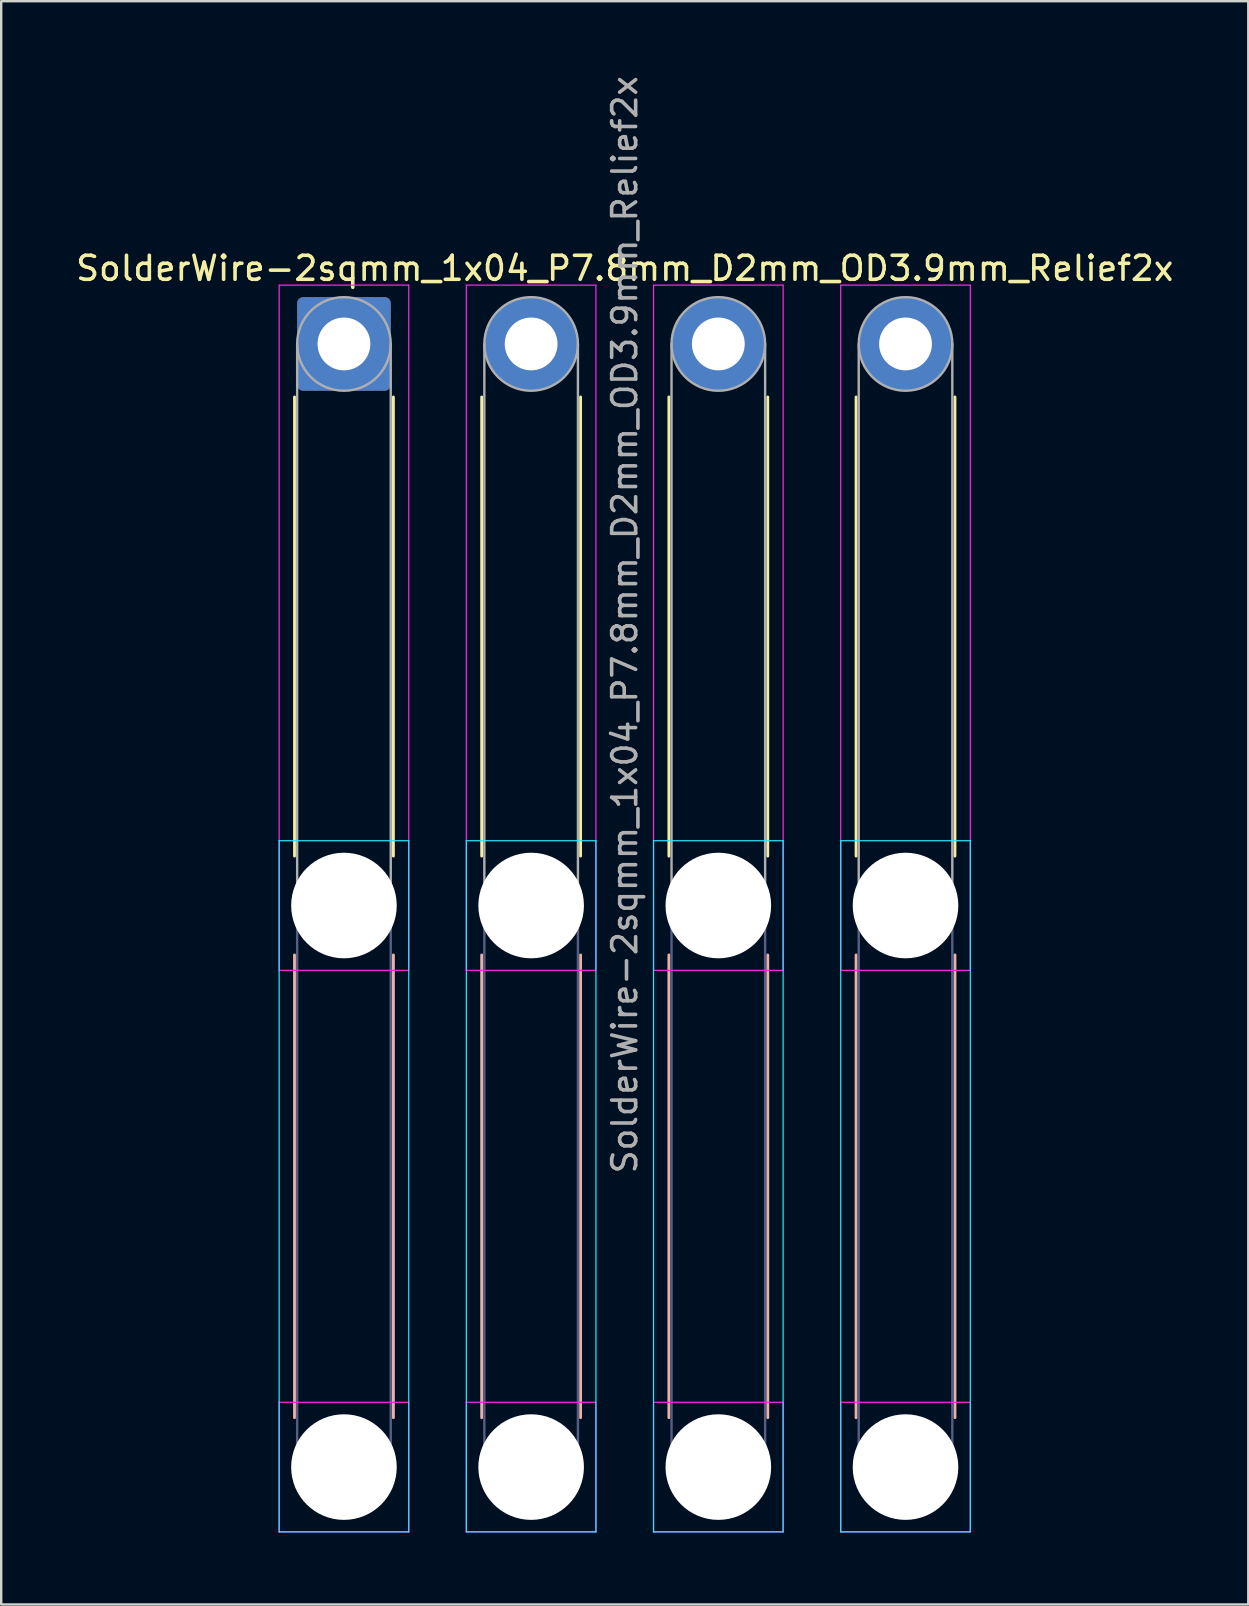
<source format=kicad_pcb>
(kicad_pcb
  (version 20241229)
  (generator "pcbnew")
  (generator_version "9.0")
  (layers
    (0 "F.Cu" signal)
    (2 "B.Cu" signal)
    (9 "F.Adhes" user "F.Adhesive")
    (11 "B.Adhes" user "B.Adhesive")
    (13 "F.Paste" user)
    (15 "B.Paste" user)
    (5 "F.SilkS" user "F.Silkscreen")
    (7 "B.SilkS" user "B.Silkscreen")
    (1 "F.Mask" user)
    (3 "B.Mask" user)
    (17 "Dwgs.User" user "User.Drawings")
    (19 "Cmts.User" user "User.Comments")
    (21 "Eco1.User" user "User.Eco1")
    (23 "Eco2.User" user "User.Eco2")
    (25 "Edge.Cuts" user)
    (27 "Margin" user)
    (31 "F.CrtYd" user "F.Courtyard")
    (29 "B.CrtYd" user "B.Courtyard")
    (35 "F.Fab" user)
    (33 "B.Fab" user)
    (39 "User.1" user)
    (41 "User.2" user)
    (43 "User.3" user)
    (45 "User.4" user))
  (footprint "SolderWire-2sqmm_1x04_P7.8mm_D2mm_OD3.9mm_Relief2x"
    (layer "F.Cu")
    (at 11.282 11.282)
    (property "Reference" "SolderWire-2sqmm_1x04_P7.8mm_D2mm_OD3.9mm_Relief2x" (at 11.7 -3.15 0) (layer "F.SilkS") (effects (font (size 1 1) (thickness 0.15))))
    (attr exclude_from_pos_files exclude_from_bom)
    (fp_line (start -2.06 2.21) (end -2.06 21.34) (stroke (width 0.12) (type solid)) (layer "F.SilkS"))
    (fp_line (start 2.06 2.21) (end 2.06 21.34) (stroke (width 0.12) (type solid)) (layer "F.SilkS"))
    (fp_line (start 5.74 2.21) (end 5.74 21.34) (stroke (width 0.12) (type solid)) (layer "F.SilkS"))
    (fp_line (start 9.86 2.21) (end 9.86 21.34) (stroke (width 0.12) (type solid)) (layer "F.SilkS"))
    (fp_line (start 13.54 2.21) (end 13.54 21.34) (stroke (width 0.12) (type solid)) (layer "F.SilkS"))
    (fp_line (start 17.66 2.21) (end 17.66 21.34) (stroke (width 0.12) (type solid)) (layer "F.SilkS"))
    (fp_line (start 21.34 2.21) (end 21.34 21.34) (stroke (width 0.12) (type solid)) (layer "F.SilkS"))
    (fp_line (start 25.46 2.21) (end 25.46 21.34) (stroke (width 0.12) (type solid)) (layer "F.SilkS"))
    (fp_line (start -2.06 25.46) (end -2.06 44.74) (stroke (width 0.12) (type solid)) (layer "B.SilkS"))
    (fp_line (start 2.06 25.46) (end 2.06 44.74) (stroke (width 0.12) (type solid)) (layer "B.SilkS"))
    (fp_line (start 5.74 25.46) (end 5.74 44.74) (stroke (width 0.12) (type solid)) (layer "B.SilkS"))
    (fp_line (start 9.86 25.46) (end 9.86 44.74) (stroke (width 0.12) (type solid)) (layer "B.SilkS"))
    (fp_line (start 13.54 25.46) (end 13.54 44.74) (stroke (width 0.12) (type solid)) (layer "B.SilkS"))
    (fp_line (start 17.66 25.46) (end 17.66 44.74) (stroke (width 0.12) (type solid)) (layer "B.SilkS"))
    (fp_line (start 21.34 25.46) (end 21.34 44.74) (stroke (width 0.12) (type solid)) (layer "B.SilkS"))
    (fp_line (start 25.46 25.46) (end 25.46 44.74) (stroke (width 0.12) (type solid)) (layer "B.SilkS"))
    (fp_line (start -2.7 20.7) (end -2.7 49.5) (stroke (width 0.05) (type solid)) (layer "B.CrtYd"))
    (fp_line (start -2.7 49.5) (end 2.7 49.5) (stroke (width 0.05) (type solid)) (layer "B.CrtYd"))
    (fp_line (start 2.7 20.7) (end -2.7 20.7) (stroke (width 0.05) (type solid)) (layer "B.CrtYd"))
    (fp_line (start 2.7 49.5) (end 2.7 20.7) (stroke (width 0.05) (type solid)) (layer "B.CrtYd"))
    (fp_line (start 5.1 20.7) (end 5.1 49.5) (stroke (width 0.05) (type solid)) (layer "B.CrtYd"))
    (fp_line (start 5.1 49.5) (end 10.5 49.5) (stroke (width 0.05) (type solid)) (layer "B.CrtYd"))
    (fp_line (start 10.5 20.7) (end 5.1 20.7) (stroke (width 0.05) (type solid)) (layer "B.CrtYd"))
    (fp_line (start 10.5 49.5) (end 10.5 20.7) (stroke (width 0.05) (type solid)) (layer "B.CrtYd"))
    (fp_line (start 12.9 20.7) (end 12.9 49.5) (stroke (width 0.05) (type solid)) (layer "B.CrtYd"))
    (fp_line (start 12.9 49.5) (end 18.3 49.5) (stroke (width 0.05) (type solid)) (layer "B.CrtYd"))
    (fp_line (start 18.3 20.7) (end 12.9 20.7) (stroke (width 0.05) (type solid)) (layer "B.CrtYd"))
    (fp_line (start 18.3 49.5) (end 18.3 20.7) (stroke (width 0.05) (type solid)) (layer "B.CrtYd"))
    (fp_line (start 20.7 20.7) (end 20.7 49.5) (stroke (width 0.05) (type solid)) (layer "B.CrtYd"))
    (fp_line (start 20.7 49.5) (end 26.1 49.5) (stroke (width 0.05) (type solid)) (layer "B.CrtYd"))
    (fp_line (start 26.1 20.7) (end 20.7 20.7) (stroke (width 0.05) (type solid)) (layer "B.CrtYd"))
    (fp_line (start 26.1 49.5) (end 26.1 20.7) (stroke (width 0.05) (type solid)) (layer "B.CrtYd"))
    (fp_line (start -2.7 -2.45) (end -2.7 26.1) (stroke (width 0.05) (type solid)) (layer "F.CrtYd"))
    (fp_line (start -2.7 26.1) (end 2.7 26.1) (stroke (width 0.05) (type solid)) (layer "F.CrtYd"))
    (fp_line (start -2.7 44.1) (end -2.7 49.5) (stroke (width 0.05) (type solid)) (layer "F.CrtYd"))
    (fp_line (start -2.7 49.5) (end 2.7 49.5) (stroke (width 0.05) (type solid)) (layer "F.CrtYd"))
    (fp_line (start 2.7 -2.45) (end -2.7 -2.45) (stroke (width 0.05) (type solid)) (layer "F.CrtYd"))
    (fp_line (start 2.7 26.1) (end 2.7 -2.45) (stroke (width 0.05) (type solid)) (layer "F.CrtYd"))
    (fp_line (start 2.7 44.1) (end -2.7 44.1) (stroke (width 0.05) (type solid)) (layer "F.CrtYd"))
    (fp_line (start 2.7 49.5) (end 2.7 44.1) (stroke (width 0.05) (type solid)) (layer "F.CrtYd"))
    (fp_line (start 5.1 -2.45) (end 5.1 26.1) (stroke (width 0.05) (type solid)) (layer "F.CrtYd"))
    (fp_line (start 5.1 26.1) (end 10.5 26.1) (stroke (width 0.05) (type solid)) (layer "F.CrtYd"))
    (fp_line (start 5.1 44.1) (end 5.1 49.5) (stroke (width 0.05) (type solid)) (layer "F.CrtYd"))
    (fp_line (start 5.1 49.5) (end 10.5 49.5) (stroke (width 0.05) (type solid)) (layer "F.CrtYd"))
    (fp_line (start 10.5 -2.45) (end 5.1 -2.45) (stroke (width 0.05) (type solid)) (layer "F.CrtYd"))
    (fp_line (start 10.5 26.1) (end 10.5 -2.45) (stroke (width 0.05) (type solid)) (layer "F.CrtYd"))
    (fp_line (start 10.5 44.1) (end 5.1 44.1) (stroke (width 0.05) (type solid)) (layer "F.CrtYd"))
    (fp_line (start 10.5 49.5) (end 10.5 44.1) (stroke (width 0.05) (type solid)) (layer "F.CrtYd"))
    (fp_line (start 12.9 -2.45) (end 12.9 26.1) (stroke (width 0.05) (type solid)) (layer "F.CrtYd"))
    (fp_line (start 12.9 26.1) (end 18.3 26.1) (stroke (width 0.05) (type solid)) (layer "F.CrtYd"))
    (fp_line (start 12.9 44.1) (end 12.9 49.5) (stroke (width 0.05) (type solid)) (layer "F.CrtYd"))
    (fp_line (start 12.9 49.5) (end 18.3 49.5) (stroke (width 0.05) (type solid)) (layer "F.CrtYd"))
    (fp_line (start 18.3 -2.45) (end 12.9 -2.45) (stroke (width 0.05) (type solid)) (layer "F.CrtYd"))
    (fp_line (start 18.3 26.1) (end 18.3 -2.45) (stroke (width 0.05) (type solid)) (layer "F.CrtYd"))
    (fp_line (start 18.3 44.1) (end 12.9 44.1) (stroke (width 0.05) (type solid)) (layer "F.CrtYd"))
    (fp_line (start 18.3 49.5) (end 18.3 44.1) (stroke (width 0.05) (type solid)) (layer "F.CrtYd"))
    (fp_line (start 20.7 -2.45) (end 20.7 26.1) (stroke (width 0.05) (type solid)) (layer "F.CrtYd"))
    (fp_line (start 20.7 26.1) (end 26.1 26.1) (stroke (width 0.05) (type solid)) (layer "F.CrtYd"))
    (fp_line (start 20.7 44.1) (end 20.7 49.5) (stroke (width 0.05) (type solid)) (layer "F.CrtYd"))
    (fp_line (start 20.7 49.5) (end 26.1 49.5) (stroke (width 0.05) (type solid)) (layer "F.CrtYd"))
    (fp_line (start 26.1 -2.45) (end 20.7 -2.45) (stroke (width 0.05) (type solid)) (layer "F.CrtYd"))
    (fp_line (start 26.1 26.1) (end 26.1 -2.45) (stroke (width 0.05) (type solid)) (layer "F.CrtYd"))
    (fp_line (start 26.1 44.1) (end 20.7 44.1) (stroke (width 0.05) (type solid)) (layer "F.CrtYd"))
    (fp_line (start 26.1 49.5) (end 26.1 44.1) (stroke (width 0.05) (type solid)) (layer "F.CrtYd"))
    (fp_line (start -1.95 23.4) (end -1.95 46.8) (stroke (width 0.1) (type solid)) (layer "B.Fab"))
    (fp_line (start 1.95 23.4) (end 1.95 46.8) (stroke (width 0.1) (type solid)) (layer "B.Fab"))
    (fp_line (start 5.85 23.4) (end 5.85 46.8) (stroke (width 0.1) (type solid)) (layer "B.Fab"))
    (fp_line (start 9.75 23.4) (end 9.75 46.8) (stroke (width 0.1) (type solid)) (layer "B.Fab"))
    (fp_line (start 13.65 23.4) (end 13.65 46.8) (stroke (width 0.1) (type solid)) (layer "B.Fab"))
    (fp_line (start 17.55 23.4) (end 17.55 46.8) (stroke (width 0.1) (type solid)) (layer "B.Fab"))
    (fp_line (start 21.45 23.4) (end 21.45 46.8) (stroke (width 0.1) (type solid)) (layer "B.Fab"))
    (fp_line (start 25.35 23.4) (end 25.35 46.8) (stroke (width 0.1) (type solid)) (layer "B.Fab"))
    (fp_circle (center 0 23.4) (end 1.95 23.4) (stroke (width 0.1) (type solid)) (fill no) (layer "B.Fab"))
    (fp_circle (center 0 46.8) (end 1.95 46.8) (stroke (width 0.1) (type solid)) (fill no) (layer "B.Fab"))
    (fp_circle (center 7.8 23.4) (end 9.75 23.4) (stroke (width 0.1) (type solid)) (fill no) (layer "B.Fab"))
    (fp_circle (center 7.8 46.8) (end 9.75 46.8) (stroke (width 0.1) (type solid)) (fill no) (layer "B.Fab"))
    (fp_circle (center 15.6 23.4) (end 17.55 23.4) (stroke (width 0.1) (type solid)) (fill no) (layer "B.Fab"))
    (fp_circle (center 15.6 46.8) (end 17.55 46.8) (stroke (width 0.1) (type solid)) (fill no) (layer "B.Fab"))
    (fp_circle (center 23.4 23.4) (end 25.35 23.4) (stroke (width 0.1) (type solid)) (fill no) (layer "B.Fab"))
    (fp_circle (center 23.4 46.8) (end 25.35 46.8) (stroke (width 0.1) (type solid)) (fill no) (layer "B.Fab"))
    (fp_line (start -1.95 0) (end -1.95 23.4) (stroke (width 0.1) (type solid)) (layer "F.Fab"))
    (fp_line (start 1.95 0) (end 1.95 23.4) (stroke (width 0.1) (type solid)) (layer "F.Fab"))
    (fp_line (start 5.85 0) (end 5.85 23.4) (stroke (width 0.1) (type solid)) (layer "F.Fab"))
    (fp_line (start 9.75 0) (end 9.75 23.4) (stroke (width 0.1) (type solid)) (layer "F.Fab"))
    (fp_line (start 13.65 0) (end 13.65 23.4) (stroke (width 0.1) (type solid)) (layer "F.Fab"))
    (fp_line (start 17.55 0) (end 17.55 23.4) (stroke (width 0.1) (type solid)) (layer "F.Fab"))
    (fp_line (start 21.45 0) (end 21.45 23.4) (stroke (width 0.1) (type solid)) (layer "F.Fab"))
    (fp_line (start 25.35 0) (end 25.35 23.4) (stroke (width 0.1) (type solid)) (layer "F.Fab"))
    (fp_circle (center 0 0) (end 1.95 0) (stroke (width 0.1) (type solid)) (fill no) (layer "F.Fab"))
    (fp_circle (center 0 23.4) (end 1.95 23.4) (stroke (width 0.1) (type solid)) (fill no) (layer "F.Fab"))
    (fp_circle (center 0 46.8) (end 1.95 46.8) (stroke (width 0.1) (type solid)) (fill no) (layer "F.Fab"))
    (fp_circle (center 7.8 0) (end 9.75 0) (stroke (width 0.1) (type solid)) (fill no) (layer "F.Fab"))
    (fp_circle (center 7.8 23.4) (end 9.75 23.4) (stroke (width 0.1) (type solid)) (fill no) (layer "F.Fab"))
    (fp_circle (center 7.8 46.8) (end 9.75 46.8) (stroke (width 0.1) (type solid)) (fill no) (layer "F.Fab"))
    (fp_circle (center 15.6 0) (end 17.55 0) (stroke (width 0.1) (type solid)) (fill no) (layer "F.Fab"))
    (fp_circle (center 15.6 23.4) (end 17.55 23.4) (stroke (width 0.1) (type solid)) (fill no) (layer "F.Fab"))
    (fp_circle (center 15.6 46.8) (end 17.55 46.8) (stroke (width 0.1) (type solid)) (fill no) (layer "F.Fab"))
    (fp_circle (center 23.4 0) (end 25.35 0) (stroke (width 0.1) (type solid)) (fill no) (layer "F.Fab"))
    (fp_circle (center 23.4 23.4) (end 25.35 23.4) (stroke (width 0.1) (type solid)) (fill no) (layer "F.Fab"))
    (fp_circle (center 23.4 46.8) (end 25.35 46.8) (stroke (width 0.1) (type solid)) (fill no) (layer "F.Fab"))
    (fp_text user "${REFERENCE}" (at 11.7 11.7 90) (layer "F.Fab") (effects (font (size 1 1) (thickness 0.15))))
    (pad "" np_thru_hole circle (at 0 23.4) (size 4.4 4.4) (drill 4.4) (layers "*.Cu" "*.Mask"))
    (pad "" np_thru_hole circle (at 0 46.8) (size 4.4 4.4) (drill 4.4) (layers "*.Cu" "*.Mask"))
    (pad "" np_thru_hole circle (at 7.8 23.4) (size 4.4 4.4) (drill 4.4) (layers "*.Cu" "*.Mask"))
    (pad "" np_thru_hole circle (at 7.8 46.8) (size 4.4 4.4) (drill 4.4) (layers "*.Cu" "*.Mask"))
    (pad "" np_thru_hole circle (at 15.6 23.4) (size 4.4 4.4) (drill 4.4) (layers "*.Cu" "*.Mask"))
    (pad "" np_thru_hole circle (at 15.6 46.8) (size 4.4 4.4) (drill 4.4) (layers "*.Cu" "*.Mask"))
    (pad "" np_thru_hole circle (at 23.4 23.4) (size 4.4 4.4) (drill 4.4) (layers "*.Cu" "*.Mask"))
    (pad "" np_thru_hole circle (at 23.4 46.8) (size 4.4 4.4) (drill 4.4) (layers "*.Cu" "*.Mask"))
    (pad "1" thru_hole roundrect (at 0 0) (size 3.9 3.9) (drill 2.2) (layers "*.Cu" "*.Mask") (roundrect_rratio 0.064))
    (pad "2" thru_hole circle (at 7.8 0) (size 3.9 3.9) (drill 2.2) (layers "*.Cu" "*.Mask"))
    (pad "3" thru_hole circle (at 15.6 0) (size 3.9 3.9) (drill 2.2) (layers "*.Cu" "*.Mask"))
    (pad "4" thru_hole circle (at 23.4 0) (size 3.9 3.9) (drill 2.2) (layers "*.Cu" "*.Mask")))
  (gr_rect
    (start -3 -3)
    (end 48.964 63.807)
    (stroke (width 0.1) (type default))
    (fill no)
    (layer "Edge.Cuts")))
</source>
